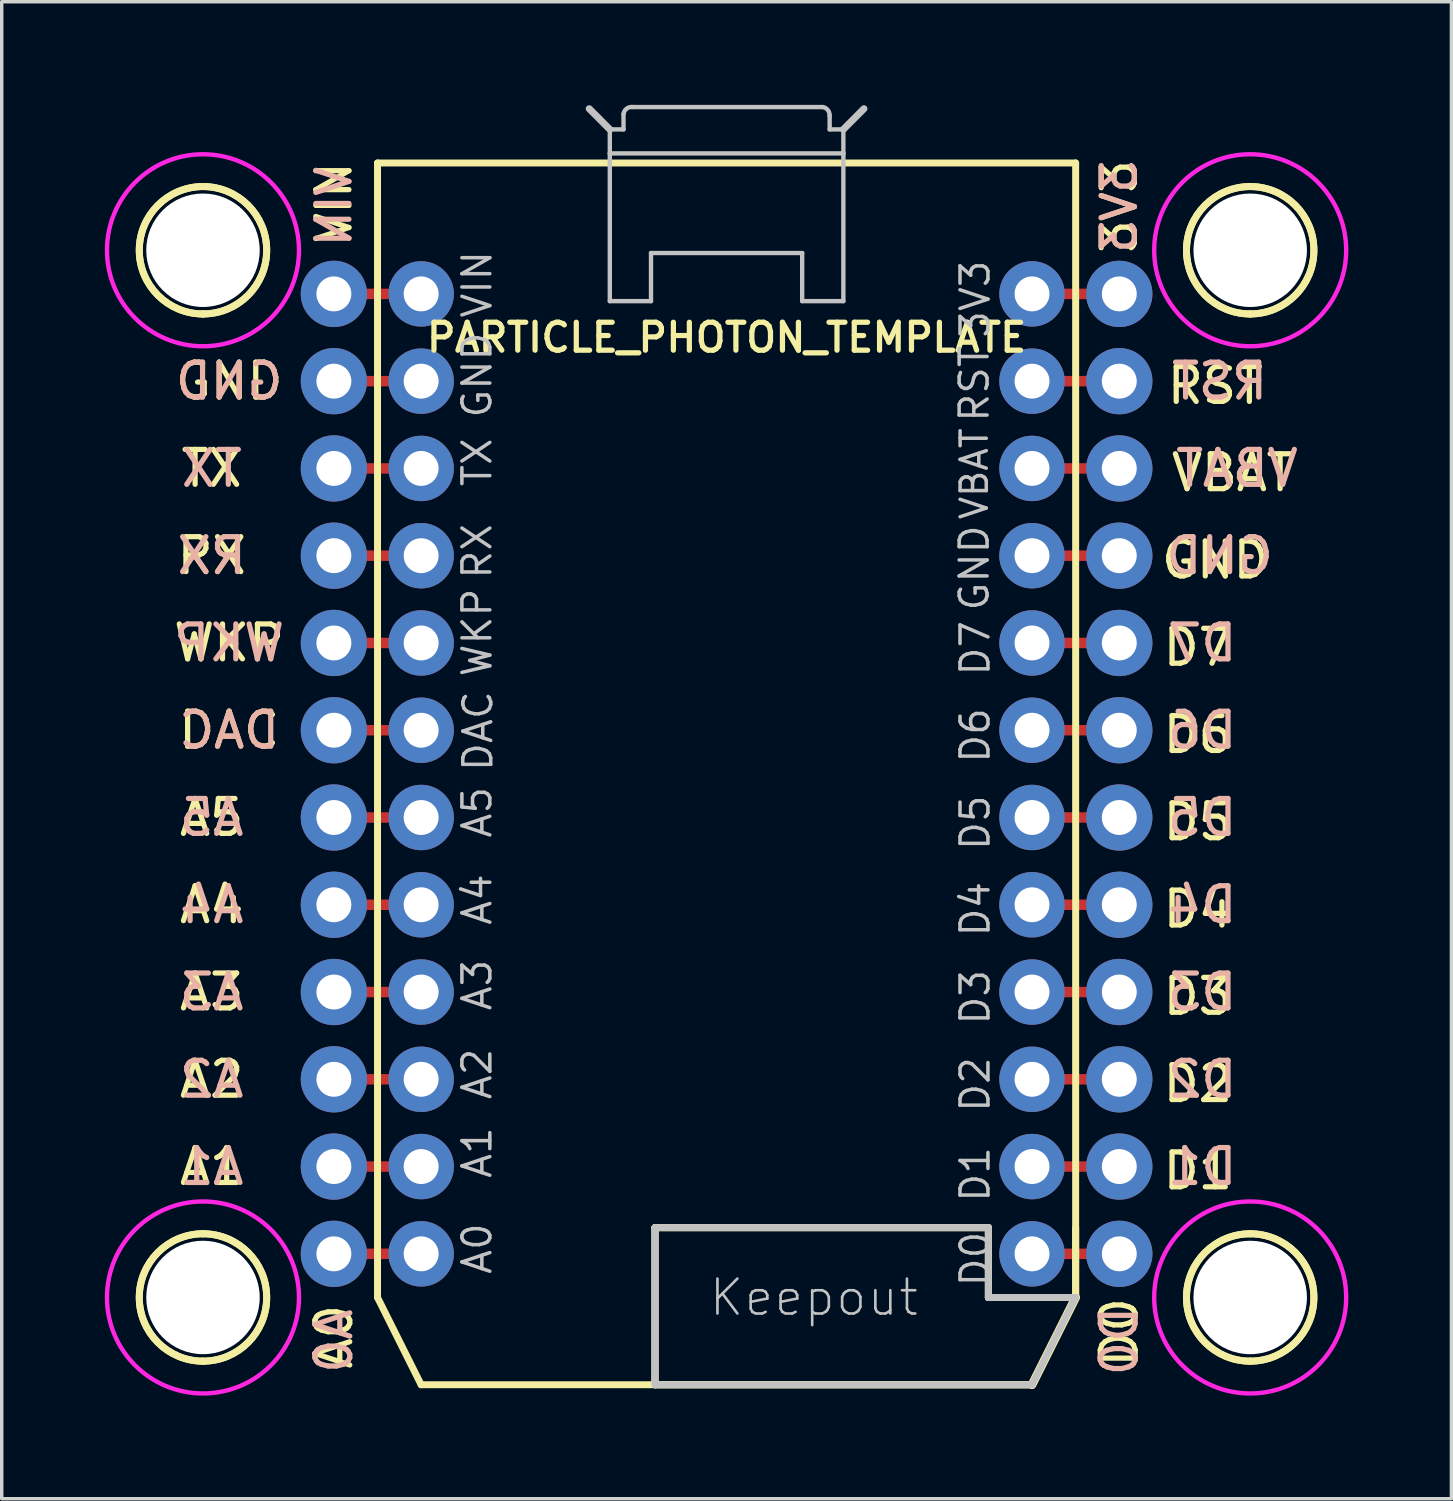
<source format=kicad_pcb>
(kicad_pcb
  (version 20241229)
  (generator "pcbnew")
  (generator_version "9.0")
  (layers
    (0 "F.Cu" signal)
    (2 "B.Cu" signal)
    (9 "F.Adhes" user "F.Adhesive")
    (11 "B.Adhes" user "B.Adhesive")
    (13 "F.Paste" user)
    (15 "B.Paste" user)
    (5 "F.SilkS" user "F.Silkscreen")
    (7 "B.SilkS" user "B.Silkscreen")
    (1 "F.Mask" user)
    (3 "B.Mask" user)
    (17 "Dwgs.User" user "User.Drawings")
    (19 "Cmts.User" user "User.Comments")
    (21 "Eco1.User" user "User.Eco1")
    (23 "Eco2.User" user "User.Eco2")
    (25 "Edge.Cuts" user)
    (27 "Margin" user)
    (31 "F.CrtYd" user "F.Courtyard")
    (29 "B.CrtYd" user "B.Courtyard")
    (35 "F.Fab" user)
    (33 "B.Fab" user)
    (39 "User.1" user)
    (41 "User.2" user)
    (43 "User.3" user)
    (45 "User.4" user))
  (footprint "PARTICLE_PHOTON_TEMPLATE"
    (layer "F.Cu")
    (at 18.098 19.474)
    (property "Reference" "PARTICLE_PHOTON_TEMPLATE" (at 0 -12.7 0) (layer "F.SilkS") (effects (font (size 0.813 0.813) (thickness 0.152))))
    (attr exclude_from_pos_files exclude_from_bom)
    (fp_line (start -11.43 -13.97) (end -8.89 -13.97) (stroke (width 0.305) (type solid)) (layer "F.Cu"))
    (fp_line (start -11.43 -8.89) (end -8.89 -8.89) (stroke (width 0.305) (type solid)) (layer "F.Cu"))
    (fp_line (start -11.43 -6.35) (end -8.89 -6.35) (stroke (width 0.305) (type solid)) (layer "F.Cu"))
    (fp_line (start -11.43 -3.81) (end -8.89 -3.81) (stroke (width 0.305) (type solid)) (layer "F.Cu"))
    (fp_line (start -11.43 -1.27) (end -8.89 -1.27) (stroke (width 0.305) (type solid)) (layer "F.Cu"))
    (fp_line (start -11.43 1.27) (end -8.89 1.27) (stroke (width 0.305) (type solid)) (layer "F.Cu"))
    (fp_line (start -11.43 3.81) (end -8.89 3.81) (stroke (width 0.305) (type solid)) (layer "F.Cu"))
    (fp_line (start -11.43 6.35) (end -8.89 6.35) (stroke (width 0.305) (type solid)) (layer "F.Cu"))
    (fp_line (start -11.43 8.89) (end -8.89 8.89) (stroke (width 0.305) (type solid)) (layer "F.Cu"))
    (fp_line (start -11.43 11.43) (end -8.89 11.43) (stroke (width 0.305) (type solid)) (layer "F.Cu"))
    (fp_line (start -11.43 13.97) (end -8.89 13.97) (stroke (width 0.305) (type solid)) (layer "F.Cu"))
    (fp_line (start -8.89 -11.43) (end -11.43 -11.43) (stroke (width 0.305) (type solid)) (layer "F.Cu"))
    (fp_line (start 8.89 -13.97) (end 11.43 -13.97) (stroke (width 0.305) (type solid)) (layer "F.Cu"))
    (fp_line (start 8.89 -11.43) (end 11.43 -11.43) (stroke (width 0.305) (type solid)) (layer "F.Cu"))
    (fp_line (start 8.89 -8.89) (end 11.43 -8.89) (stroke (width 0.305) (type solid)) (layer "F.Cu"))
    (fp_line (start 8.89 -6.35) (end 11.43 -6.35) (stroke (width 0.305) (type solid)) (layer "F.Cu"))
    (fp_line (start 8.89 -3.81) (end 11.43 -3.81) (stroke (width 0.305) (type solid)) (layer "F.Cu"))
    (fp_line (start 8.89 -1.27) (end 11.43 -1.27) (stroke (width 0.305) (type solid)) (layer "F.Cu"))
    (fp_line (start 8.89 1.27) (end 11.43 1.27) (stroke (width 0.305) (type solid)) (layer "F.Cu"))
    (fp_line (start 8.89 3.81) (end 11.43 3.81) (stroke (width 0.305) (type solid)) (layer "F.Cu"))
    (fp_line (start 8.89 6.35) (end 11.43 6.35) (stroke (width 0.305) (type solid)) (layer "F.Cu"))
    (fp_line (start 8.89 8.89) (end 11.43 8.89) (stroke (width 0.305) (type solid)) (layer "F.Cu"))
    (fp_line (start 8.89 11.43) (end 11.43 11.43) (stroke (width 0.305) (type solid)) (layer "F.Cu"))
    (fp_line (start 8.89 13.97) (end 11.43 13.97) (stroke (width 0.305) (type solid)) (layer "F.Cu"))
    (fp_line (start -10.16 -17.78) (end 10.16 -17.78) (stroke (width 0.203) (type solid)) (layer "F.SilkS"))
    (fp_line (start -10.16 15.24) (end -10.16 -17.78) (stroke (width 0.203) (type solid)) (layer "F.SilkS"))
    (fp_line (start -8.89 17.78) (end -10.16 15.24) (stroke (width 0.203) (type solid)) (layer "F.SilkS"))
    (fp_line (start -2.083 13.208) (end -2.083 17.78) (stroke (width 0.203) (type solid)) (layer "F.SilkS"))
    (fp_line (start -2.083 13.208) (end -2.083 17.78) (stroke (width 0.203) (type solid)) (layer "F.SilkS"))
    (fp_line (start -2.083 17.78) (end 8.89 17.78) (stroke (width 0.203) (type solid)) (layer "F.SilkS"))
    (fp_line (start -2.083 17.78) (end 8.89 17.78) (stroke (width 0.203) (type solid)) (layer "F.SilkS"))
    (fp_line (start 7.62 13.208) (end -2.083 13.208) (stroke (width 0.203) (type solid)) (layer "F.SilkS"))
    (fp_line (start 7.62 13.208) (end -2.083 13.208) (stroke (width 0.203) (type solid)) (layer "F.SilkS"))
    (fp_line (start 7.62 15.24) (end 7.62 13.208) (stroke (width 0.203) (type solid)) (layer "F.SilkS"))
    (fp_line (start 7.62 15.24) (end 7.62 13.208) (stroke (width 0.203) (type solid)) (layer "F.SilkS"))
    (fp_line (start 8.89 17.78) (end -8.89 17.78) (stroke (width 0.203) (type solid)) (layer "F.SilkS"))
    (fp_line (start 8.89 17.78) (end 10.16 15.24) (stroke (width 0.203) (type solid)) (layer "F.SilkS"))
    (fp_line (start 8.89 17.78) (end 10.16 15.24) (stroke (width 0.203) (type solid)) (layer "F.SilkS"))
    (fp_line (start 10.16 -17.78) (end 10.16 15.24) (stroke (width 0.203) (type solid)) (layer "F.SilkS"))
    (fp_line (start 10.16 13.208) (end 10.16 15.24) (stroke (width 0.203) (type solid)) (layer "F.SilkS"))
    (fp_line (start 10.16 15.24) (end 7.62 15.24) (stroke (width 0.203) (type solid)) (layer "F.SilkS"))
    (fp_line (start 10.16 15.24) (end 7.62 15.24) (stroke (width 0.203) (type solid)) (layer "F.SilkS"))
    (fp_line (start 10.16 15.24) (end 8.89 17.78) (stroke (width 0.254) (type solid)) (layer "F.SilkS"))
    (fp_arc (start -15.24 -17.0942) (mid -13.3858 -15.24) (end -15.24 -13.3858) (stroke (width 0.2032) (type solid)) (layer "F.SilkS"))
    (fp_arc (start -15.24 -17.0942) (mid -13.3858 -15.24) (end -15.24 -13.3858) (stroke (width 0.2032) (type solid)) (layer "F.SilkS"))
    (fp_arc (start -15.24 -13.3858) (mid -17.0942 -15.24) (end -15.24 -17.0942) (stroke (width 0.2032) (type solid)) (layer "F.SilkS"))
    (fp_arc (start -15.24 -13.3858) (mid -17.0942 -15.24) (end -15.24 -17.0942) (stroke (width 0.2032) (type solid)) (layer "F.SilkS"))
    (fp_arc (start -15.24 13.3858) (mid -13.3858 15.24) (end -15.24 17.0942) (stroke (width 0.2032) (type solid)) (layer "F.SilkS"))
    (fp_arc (start -15.24 13.3858) (mid -13.3858 15.24) (end -15.24 17.0942) (stroke (width 0.2032) (type solid)) (layer "F.SilkS"))
    (fp_arc (start -15.24 17.0942) (mid -17.0942 15.24) (end -15.24 13.3858) (stroke (width 0.2032) (type solid)) (layer "F.SilkS"))
    (fp_arc (start -15.24 17.0942) (mid -17.0942 15.24) (end -15.24 13.3858) (stroke (width 0.2032) (type solid)) (layer "F.SilkS"))
    (fp_arc (start 15.24 -17.0942) (mid 17.0942 -15.24) (end 15.24 -13.3858) (stroke (width 0.2032) (type solid)) (layer "F.SilkS"))
    (fp_arc (start 15.24 -17.0942) (mid 17.0942 -15.24) (end 15.24 -13.3858) (stroke (width 0.2032) (type solid)) (layer "F.SilkS"))
    (fp_arc (start 15.24 -13.3858) (mid 13.3858 -15.24) (end 15.24 -17.0942) (stroke (width 0.2032) (type solid)) (layer "F.SilkS"))
    (fp_arc (start 15.24 -13.3858) (mid 13.3858 -15.24) (end 15.24 -17.0942) (stroke (width 0.2032) (type solid)) (layer "F.SilkS"))
    (fp_arc (start 15.24 13.3858) (mid 17.0942 15.24) (end 15.24 17.0942) (stroke (width 0.2032) (type solid)) (layer "F.SilkS"))
    (fp_arc (start 15.24 13.3858) (mid 17.0942 15.24) (end 15.24 17.0942) (stroke (width 0.2032) (type solid)) (layer "F.SilkS"))
    (fp_arc (start 15.24 17.0942) (mid 13.3858 15.24) (end 15.24 13.3858) (stroke (width 0.2032) (type solid)) (layer "F.SilkS"))
    (fp_arc (start 15.24 17.0942) (mid 13.3858 15.24) (end 15.24 13.3858) (stroke (width 0.2032) (type solid)) (layer "F.SilkS"))
    (fp_line (start -3.399 -18.758) (end -3.998 -19.36) (stroke (width 0.203) (type solid)) (layer "Dwgs.User"))
    (fp_line (start -3.399 -18.059) (end -3.399 -18.758) (stroke (width 0.127) (type solid)) (layer "Dwgs.User"))
    (fp_line (start -3.399 -13.759) (end -3.399 -18.059) (stroke (width 0.127) (type solid)) (layer "Dwgs.User"))
    (fp_line (start -3.399 -13.759) (end -2.2 -13.759) (stroke (width 0.127) (type solid)) (layer "Dwgs.User"))
    (fp_line (start -3 -19.207) (end -3 -18.758) (stroke (width 0.127) (type solid)) (layer "Dwgs.User"))
    (fp_line (start -3 -18.758) (end -3.399 -18.758) (stroke (width 0.127) (type solid)) (layer "Dwgs.User"))
    (fp_line (start -2.2 -15.159) (end -2.2 -13.759) (stroke (width 0.127) (type solid)) (layer "Dwgs.User"))
    (fp_line (start -2.083 13.208) (end -2.083 17.78) (stroke (width 0.203) (type solid)) (layer "Dwgs.User"))
    (fp_line (start -2.083 17.78) (end 8.89 17.78) (stroke (width 0.203) (type solid)) (layer "Dwgs.User"))
    (fp_line (start 2.2 -15.159) (end -2.2 -15.159) (stroke (width 0.127) (type solid)) (layer "Dwgs.User"))
    (fp_line (start 2.2 -15.159) (end 2.2 -13.759) (stroke (width 0.127) (type solid)) (layer "Dwgs.User"))
    (fp_line (start 2.799 -19.408) (end -2.748 -19.408) (stroke (width 0.127) (type solid)) (layer "Dwgs.User"))
    (fp_line (start 3 -18.758) (end 3 -19.159) (stroke (width 0.127) (type solid)) (layer "Dwgs.User"))
    (fp_line (start 3.399 -18.758) (end 3 -18.758) (stroke (width 0.127) (type solid)) (layer "Dwgs.User"))
    (fp_line (start 3.399 -18.758) (end 3.399 -18.059) (stroke (width 0.127) (type solid)) (layer "Dwgs.User"))
    (fp_line (start 3.399 -18.758) (end 3.998 -19.36) (stroke (width 0.203) (type solid)) (layer "Dwgs.User"))
    (fp_line (start 3.399 -18.059) (end -3.399 -18.059) (stroke (width 0.127) (type solid)) (layer "Dwgs.User"))
    (fp_line (start 3.399 -18.059) (end 3.399 -13.759) (stroke (width 0.127) (type solid)) (layer "Dwgs.User"))
    (fp_line (start 3.399 -13.759) (end 2.2 -13.759) (stroke (width 0.127) (type solid)) (layer "Dwgs.User"))
    (fp_line (start 7.62 13.208) (end -2.083 13.208) (stroke (width 0.203) (type solid)) (layer "Dwgs.User"))
    (fp_line (start 7.62 15.24) (end 7.62 13.208) (stroke (width 0.203) (type solid)) (layer "Dwgs.User"))
    (fp_line (start 10.16 15.24) (end 7.62 15.24) (stroke (width 0.203) (type solid)) (layer "Dwgs.User"))
    (fp_line (start 10.16 15.24) (end 8.89 17.78) (stroke (width 0.203) (type solid)) (layer "Dwgs.User"))
    (fp_arc (start -2.99974 -19.20748) (mid -2.914465 -19.357069) (end -2.750764 -19.410461) (stroke (width 0.127) (type solid)) (layer "Dwgs.User"))
    (fp_arc (start 2.79908 -19.40814) (mid 2.946301 -19.321817) (end 2.997236 -19.158933) (stroke (width 0.127) (type solid)) (layer "Dwgs.User"))
    (fp_circle (center -15.24 -15.24) (end -15.24 -18.034) (stroke (width 0.127) (type solid)) (fill no) (layer "F.CrtYd"))
    (fp_circle (center -15.24 15.24) (end -15.24 12.446) (stroke (width 0.127) (type solid)) (fill no) (layer "F.CrtYd"))
    (fp_circle (center 15.24 -15.24) (end 15.24 -18.034) (stroke (width 0.127) (type solid)) (fill no) (layer "F.CrtYd"))
    (fp_circle (center 15.24 15.24) (end 15.24 12.446) (stroke (width 0.127) (type solid)) (fill no) (layer "F.CrtYd"))
    (fp_text user "A2" (at -14.986 8.89 0) (layer "F.SilkS") (effects (font (size 1.016 1.016) (thickness 0.152))))
    (fp_text user "A3" (at -14.986 6.35 0) (layer "F.SilkS") (effects (font (size 1.016 1.016) (thickness 0.152))))
    (fp_text user "A0" (at -11.43 16.383 270) (layer "F.SilkS") (effects (font (size 1.016 1.016) (thickness 0.152))))
    (fp_text user "WKP" (at -14.478 -3.81 0) (layer "F.SilkS") (effects (font (size 1.016 1.016) (thickness 0.152))))
    (fp_text user "D5" (at 13.716 1.397 0) (layer "F.SilkS") (effects (font (size 1.016 1.016) (thickness 0.152))))
    (fp_text user "A4" (at -14.986 3.81 0) (layer "F.SilkS") (effects (font (size 1.016 1.016) (thickness 0.152))))
    (fp_text user "A5" (at -14.986 1.27 0) (layer "F.SilkS") (effects (font (size 1.016 1.016) (thickness 0.152))))
    (fp_text user "3V3" (at 11.43 -16.51 90) (layer "F.SilkS") (effects (font (size 0.965 0.965) (thickness 0.152))))
    (fp_text user "GND" (at -14.478 -11.43 0) (layer "F.SilkS") (effects (font (size 1.016 1.016) (thickness 0.152))))
    (fp_text user "A1" (at -14.986 11.43 0) (layer "F.SilkS") (effects (font (size 1.016 1.016) (thickness 0.152))))
    (fp_text user "D2" (at 13.716 9.017 0) (layer "F.SilkS") (effects (font (size 1.016 1.016) (thickness 0.152))))
    (fp_text user "D7" (at 13.716 -3.683 0) (layer "F.SilkS") (effects (font (size 1.016 1.016) (thickness 0.152))))
    (fp_text user "VBAT" (at 14.732 -8.763 0) (layer "F.SilkS") (effects (font (size 1.016 1.016) (thickness 0.152))))
    (fp_text user "GND" (at 14.224 -6.223 0) (layer "F.SilkS") (effects (font (size 1.016 1.016) (thickness 0.152))))
    (fp_text user "D3" (at 13.716 6.477 0) (layer "F.SilkS") (effects (font (size 1.016 1.016) (thickness 0.152))))
    (fp_text user "D0" (at 11.43 16.256 270) (layer "F.SilkS") (effects (font (size 1.016 1.016) (thickness 0.152))))
    (fp_text user "RX" (at -14.986 -6.35 0) (layer "F.SilkS") (effects (font (size 1.016 1.016) (thickness 0.152))))
    (fp_text user "DAC" (at -14.478 -1.27 0) (layer "F.SilkS") (effects (font (size 1.016 1.016) (thickness 0.152))))
    (fp_text user "D4" (at 13.716 3.937 0) (layer "F.SilkS") (effects (font (size 1.016 1.016) (thickness 0.152))))
    (fp_text user "RST" (at 14.224 -11.303 0) (layer "F.SilkS") (effects (font (size 1.016 1.016) (thickness 0.152))))
    (fp_text user "D1" (at 13.716 11.557 0) (layer "F.SilkS") (effects (font (size 1.016 1.016) (thickness 0.152))))
    (fp_text user "D6" (at 13.716 -1.143 0) (layer "F.SilkS") (effects (font (size 1.016 1.016) (thickness 0.152))))
    (fp_text user "VIN" (at -11.43 -16.637 90) (layer "F.SilkS") (effects (font (size 0.965 0.965) (thickness 0.152))))
    (fp_text user "TX" (at -14.986 -8.89 0) (layer "F.SilkS") (effects (font (size 1.016 1.016) (thickness 0.152))))
    (fp_text user "VIN" (at -11.43 -16.51 90) (layer "B.SilkS") (effects (font (size 0.965 0.965) (thickness 0.152)) (justify mirror)))
    (fp_text user "D0" (at 11.43 16.51 270) (layer "B.SilkS") (effects (font (size 1.016 1.016) (thickness 0.152)) (justify mirror)))
    (fp_text user "A0" (at -11.43 16.51 270) (layer "B.SilkS") (effects (font (size 1.016 1.016) (thickness 0.152)) (justify mirror)))
    (fp_text user "RST" (at 14.351 -11.43 0) (layer "B.SilkS") (effects (font (size 1.016 1.016) (thickness 0.152)) (justify mirror)))
    (fp_text user "A5" (at -14.986 1.27 0) (layer "B.SilkS") (effects (font (size 1.016 1.016) (thickness 0.152)) (justify mirror)))
    (fp_text user "RX" (at -14.986 -6.35 0) (layer "B.SilkS") (effects (font (size 1.016 1.016) (thickness 0.152)) (justify mirror)))
    (fp_text user "A1" (at -14.986 11.43 0) (layer "B.SilkS") (effects (font (size 1.016 1.016) (thickness 0.152)) (justify mirror)))
    (fp_text user "3V3" (at 11.43 -16.51 90) (layer "B.SilkS") (effects (font (size 0.965 0.965) (thickness 0.152)) (justify mirror)))
    (fp_text user "D2" (at 13.843 8.89 0) (layer "B.SilkS") (effects (font (size 1.016 1.016) (thickness 0.152)) (justify mirror)))
    (fp_text user "D4" (at 13.843 3.81 0) (layer "B.SilkS") (effects (font (size 1.016 1.016) (thickness 0.152)) (justify mirror)))
    (fp_text user "WKP" (at -14.478 -3.81 0) (layer "B.SilkS") (effects (font (size 1.016 1.016) (thickness 0.152)) (justify mirror)))
    (fp_text user "A2" (at -14.986 8.89 0) (layer "B.SilkS") (effects (font (size 1.016 1.016) (thickness 0.152)) (justify mirror)))
    (fp_text user "VBAT" (at 14.856 -8.89 0) (layer "B.SilkS") (effects (font (size 1.016 1.016) (thickness 0.152)) (justify mirror)))
    (fp_text user "D3" (at 13.843 6.35 0) (layer "B.SilkS") (effects (font (size 1.016 1.016) (thickness 0.152)) (justify mirror)))
    (fp_text user "GND" (at -14.478 -11.43 0) (layer "B.SilkS") (effects (font (size 1.016 1.016) (thickness 0.152)) (justify mirror)))
    (fp_text user "D1" (at 13.843 11.43 0) (layer "B.SilkS") (effects (font (size 1.016 1.016) (thickness 0.152)) (justify mirror)))
    (fp_text user "D6" (at 13.843 -1.27 0) (layer "B.SilkS") (effects (font (size 1.016 1.016) (thickness 0.152)) (justify mirror)))
    (fp_text user "DAC" (at -14.478 -1.27 0) (layer "B.SilkS") (effects (font (size 1.016 1.016) (thickness 0.152)) (justify mirror)))
    (fp_text user "A4" (at -14.986 3.81 0) (layer "B.SilkS") (effects (font (size 1.016 1.016) (thickness 0.152)) (justify mirror)))
    (fp_text user "D5" (at 13.843 1.27 0) (layer "B.SilkS") (effects (font (size 1.016 1.016) (thickness 0.152)) (justify mirror)))
    (fp_text user "D7" (at 13.843 -3.81 0) (layer "B.SilkS") (effects (font (size 1.016 1.016) (thickness 0.152)) (justify mirror)))
    (fp_text user "TX" (at -14.986 -8.89 0) (layer "B.SilkS") (effects (font (size 1.016 1.016) (thickness 0.152)) (justify mirror)))
    (fp_text user "A3" (at -14.986 6.35 0) (layer "B.SilkS") (effects (font (size 1.016 1.016) (thickness 0.152)) (justify mirror)))
    (fp_text user "GND" (at 14.351 -6.35 0) (layer "B.SilkS") (effects (font (size 1.016 1.016) (thickness 0.152)) (justify mirror)))
    (fp_text user "A5" (at -7.262 1.118 90) (layer "Dwgs.User") (effects (font (size 0.813 0.813) (thickness 0.102))))
    (fp_text user "A3" (at -7.262 6.147 90) (layer "Dwgs.User") (effects (font (size 0.813 0.813) (thickness 0.102))))
    (fp_text user "DAC" (at -7.236 -1.245 90) (layer "Dwgs.User") (effects (font (size 0.813 0.813) (thickness 0.102))))
    (fp_text user "VBAT" (at 7.211 -8.735 270) (layer "Dwgs.User") (effects (font (size 0.762 0.762) (thickness 0.102))))
    (fp_text user "D2" (at 7.236 9.042 270) (layer "Dwgs.User") (effects (font (size 0.813 0.813) (thickness 0.102))))
    (fp_text user "D6" (at 7.236 -1.118 270) (layer "Dwgs.User") (effects (font (size 0.813 0.813) (thickness 0.102))))
    (fp_text user "A4" (at -7.262 3.658 90) (layer "Dwgs.User") (effects (font (size 0.813 0.813) (thickness 0.102))))
    (fp_text user "D5" (at 7.236 1.422 270) (layer "Dwgs.User") (effects (font (size 0.813 0.813) (thickness 0.102))))
    (fp_text user "WKP" (at -7.262 -4.115 90) (layer "Dwgs.User") (effects (font (size 0.813 0.813) (thickness 0.102))))
    (fp_text user "D1" (at 7.236 11.659 270) (layer "Dwgs.User") (effects (font (size 0.813 0.813) (thickness 0.102))))
    (fp_text user "D4" (at 7.236 3.937 270) (layer "Dwgs.User") (effects (font (size 0.813 0.813) (thickness 0.102))))
    (fp_text user "A2" (at -7.262 8.735 90) (layer "Dwgs.User") (effects (font (size 0.813 0.813) (thickness 0.102))))
    (fp_text user "D3" (at 7.236 6.502 270) (layer "Dwgs.User") (effects (font (size 0.813 0.813) (thickness 0.102))))
    (fp_text user "RX" (at -7.262 -6.477 90) (layer "Dwgs.User") (effects (font (size 0.813 0.813) (thickness 0.102))))
    (fp_text user "GND" (at 7.211 -5.994 270) (layer "Dwgs.User") (effects (font (size 0.813 0.813) (thickness 0.102))))
    (fp_text user "VIN" (at -7.262 -14.249 90) (layer "Dwgs.User") (effects (font (size 0.813 0.813) (thickness 0.102))))
    (fp_text user "TX" (at -7.262 -9.068 90) (layer "Dwgs.User") (effects (font (size 0.813 0.813) (thickness 0.102))))
    (fp_text user "A1" (at -7.262 11.024 90) (layer "Dwgs.User") (effects (font (size 0.813 0.813) (thickness 0.102))))
    (fp_text user "RST" (at 7.211 -11.354 270) (layer "Dwgs.User") (effects (font (size 0.813 0.813) (thickness 0.102))))
    (fp_text user "3V3" (at 7.236 -13.818 270) (layer "Dwgs.User") (effects (font (size 0.813 0.813) (thickness 0.102))))
    (fp_text user "A0" (at -7.262 13.818 90) (layer "Dwgs.User") (effects (font (size 0.813 0.813) (thickness 0.102))))
    (fp_text user "D7" (at 7.236 -3.658 270) (layer "Dwgs.User") (effects (font (size 0.813 0.813) (thickness 0.102))))
    (fp_text user "GND" (at -7.262 -11.608 90) (layer "Dwgs.User") (effects (font (size 0.813 0.813) (thickness 0.102))))
    (fp_text user "D0" (at 7.236 14.122 270) (layer "Dwgs.User") (effects (font (size 0.813 0.813) (thickness 0.102))))
    (fp_text user "Keepout" (at 2.54 15.24 0) (layer "Dwgs.User") (effects (font (size 1.016 1.016) (thickness 0.076))))
    (pad "" np_thru_hole circle (at -15.24 -15.24) (size 3.302 3.302) (drill 3.302) (layers "*.Cu" "*.Mask"))
    (pad "" np_thru_hole circle (at -15.24 15.24) (size 3.302 3.302) (drill 3.302) (layers "*.Cu" "*.Mask"))
    (pad "" np_thru_hole circle (at 15.24 -15.24) (size 3.302 3.302) (drill 3.302) (layers "*.Cu" "*.Mask"))
    (pad "" np_thru_hole circle (at 15.24 15.24) (size 3.302 3.302) (drill 3.302) (layers "*.Cu" "*.Mask"))
    (pad "1" thru_hole circle (at -8.89 -13.97) (size 1.905 1.905) (drill 1.016) (layers "*.Cu" "*.Mask"))
    (pad "2" thru_hole circle (at -8.89 -11.43) (size 1.905 1.905) (drill 1.016) (layers "*.Cu" "*.Mask"))
    (pad "3" thru_hole circle (at -8.89 -8.89) (size 1.905 1.905) (drill 1.016) (layers "*.Cu" "*.Mask"))
    (pad "3V3" thru_hole circle (at 11.43 -13.97) (size 1.93 1.93) (drill 1.016) (layers "*.Cu" "*.Mask"))
    (pad "4" thru_hole circle (at -8.89 -6.35) (size 1.905 1.905) (drill 1.016) (layers "*.Cu" "*.Mask"))
    (pad "5" thru_hole circle (at -8.89 -3.81) (size 1.905 1.905) (drill 1.016) (layers "*.Cu" "*.Mask"))
    (pad "6" thru_hole circle (at -8.89 -1.27) (size 1.905 1.905) (drill 1.016) (layers "*.Cu" "*.Mask"))
    (pad "7" thru_hole circle (at -8.89 1.27) (size 1.905 1.905) (drill 1.016) (layers "*.Cu" "*.Mask"))
    (pad "8" thru_hole circle (at -8.89 3.81) (size 1.905 1.905) (drill 1.016) (layers "*.Cu" "*.Mask"))
    (pad "9" thru_hole circle (at -8.89 6.35) (size 1.905 1.905) (drill 1.016) (layers "*.Cu" "*.Mask"))
    (pad "10" thru_hole circle (at -8.89 8.89) (size 1.905 1.905) (drill 1.016) (layers "*.Cu" "*.Mask"))
    (pad "11" thru_hole circle (at -8.89 11.43) (size 1.905 1.905) (drill 1.016) (layers "*.Cu" "*.Mask"))
    (pad "12" thru_hole circle (at -8.89 13.97) (size 1.905 1.905) (drill 1.016) (layers "*.Cu" "*.Mask"))
    (pad "13" thru_hole circle (at 8.89 13.97) (size 1.905 1.905) (drill 1.016) (layers "*.Cu" "*.Mask"))
    (pad "14" thru_hole circle (at 8.89 11.43) (size 1.905 1.905) (drill 1.016) (layers "*.Cu" "*.Mask"))
    (pad "15" thru_hole circle (at 8.89 8.89) (size 1.905 1.905) (drill 1.016) (layers "*.Cu" "*.Mask"))
    (pad "16" thru_hole circle (at 8.89 6.35) (size 1.905 1.905) (drill 1.016) (layers "*.Cu" "*.Mask"))
    (pad "17" thru_hole circle (at 8.89 3.81) (size 1.905 1.905) (drill 1.016) (layers "*.Cu" "*.Mask"))
    (pad "18" thru_hole circle (at 8.89 1.27) (size 1.905 1.905) (drill 1.016) (layers "*.Cu" "*.Mask"))
    (pad "19" thru_hole circle (at 8.89 -1.27) (size 1.905 1.905) (drill 1.016) (layers "*.Cu" "*.Mask"))
    (pad "20" thru_hole circle (at 8.89 -3.81) (size 1.905 1.905) (drill 1.016) (layers "*.Cu" "*.Mask"))
    (pad "21" thru_hole circle (at 8.89 -6.35) (size 1.905 1.905) (drill 1.016) (layers "*.Cu" "*.Mask"))
    (pad "22" thru_hole circle (at 8.89 -8.89) (size 1.905 1.905) (drill 1.016) (layers "*.Cu" "*.Mask"))
    (pad "23" thru_hole circle (at 8.89 -11.43) (size 1.905 1.905) (drill 1.016) (layers "*.Cu" "*.Mask"))
    (pad "24" thru_hole circle (at 8.89 -13.97) (size 1.905 1.905) (drill 1.016) (layers "*.Cu" "*.Mask"))
    (pad "A0" thru_hole circle (at -11.43 13.97) (size 1.93 1.93) (drill 1.016) (layers "*.Cu" "*.Mask"))
    (pad "A1" thru_hole circle (at -11.43 11.43) (size 1.93 1.93) (drill 1.016) (layers "*.Cu" "*.Mask"))
    (pad "A2" thru_hole circle (at -11.43 8.89) (size 1.93 1.93) (drill 1.016) (layers "*.Cu" "*.Mask"))
    (pad "A3" thru_hole circle (at -11.43 6.35) (size 1.93 1.93) (drill 1.016) (layers "*.Cu" "*.Mask"))
    (pad "A4" thru_hole circle (at -11.43 3.81) (size 1.93 1.93) (drill 1.016) (layers "*.Cu" "*.Mask"))
    (pad "A5" thru_hole circle (at -11.43 1.27) (size 1.93 1.93) (drill 1.016) (layers "*.Cu" "*.Mask"))
    (pad "D0" thru_hole circle (at 11.43 13.97) (size 1.93 1.93) (drill 1.016) (layers "*.Cu" "*.Mask"))
    (pad "D1" thru_hole circle (at 11.43 11.43) (size 1.93 1.93) (drill 1.016) (layers "*.Cu" "*.Mask"))
    (pad "D2" thru_hole circle (at 11.43 8.89) (size 1.93 1.93) (drill 1.016) (layers "*.Cu" "*.Mask"))
    (pad "D3" thru_hole circle (at 11.43 6.35) (size 1.93 1.93) (drill 1.016) (layers "*.Cu" "*.Mask"))
    (pad "D4" thru_hole circle (at 11.43 3.81) (size 1.93 1.93) (drill 1.016) (layers "*.Cu" "*.Mask"))
    (pad "D5" thru_hole circle (at 11.43 1.27) (size 1.93 1.93) (drill 1.016) (layers "*.Cu" "*.Mask"))
    (pad "D6" thru_hole circle (at 11.43 -1.27) (size 1.93 1.93) (drill 1.016) (layers "*.Cu" "*.Mask"))
    (pad "D7" thru_hole circle (at 11.43 -3.81) (size 1.93 1.93) (drill 1.016) (layers "*.Cu" "*.Mask"))
    (pad "DAC" thru_hole circle (at -11.43 -1.27) (size 1.93 1.93) (drill 1.016) (layers "*.Cu" "*.Mask"))
    (pad "GND@" thru_hole circle (at -11.43 -11.43) (size 1.93 1.93) (drill 1.016) (layers "*.Cu" "*.Mask"))
    (pad "GND@" thru_hole circle (at 11.43 -6.35) (size 1.93 1.93) (drill 1.016) (layers "*.Cu" "*.Mask"))
    (pad "RST" thru_hole circle (at 11.43 -11.43) (size 1.93 1.93) (drill 1.016) (layers "*.Cu" "*.Mask"))
    (pad "RX" thru_hole circle (at -11.43 -6.35) (size 1.93 1.93) (drill 1.016) (layers "*.Cu" "*.Mask"))
    (pad "TX" thru_hole circle (at -11.43 -8.89) (size 1.93 1.93) (drill 1.016) (layers "*.Cu" "*.Mask"))
    (pad "VBAT" thru_hole circle (at 11.43 -8.89) (size 1.93 1.93) (drill 1.016) (layers "*.Cu" "*.Mask"))
    (pad "VIN" thru_hole circle (at -11.43 -13.97) (size 1.93 1.93) (drill 1.016) (layers "*.Cu" "*.Mask"))
    (pad "WKP" thru_hole circle (at -11.43 -3.81) (size 1.93 1.93) (drill 1.016) (layers "*.Cu" "*.Mask")))
  (gr_rect
    (start -3 -3)
    (end 39.195 40.572)
    (stroke (width 0.1) (type default))
    (fill no)
    (layer "Edge.Cuts")))
</source>
